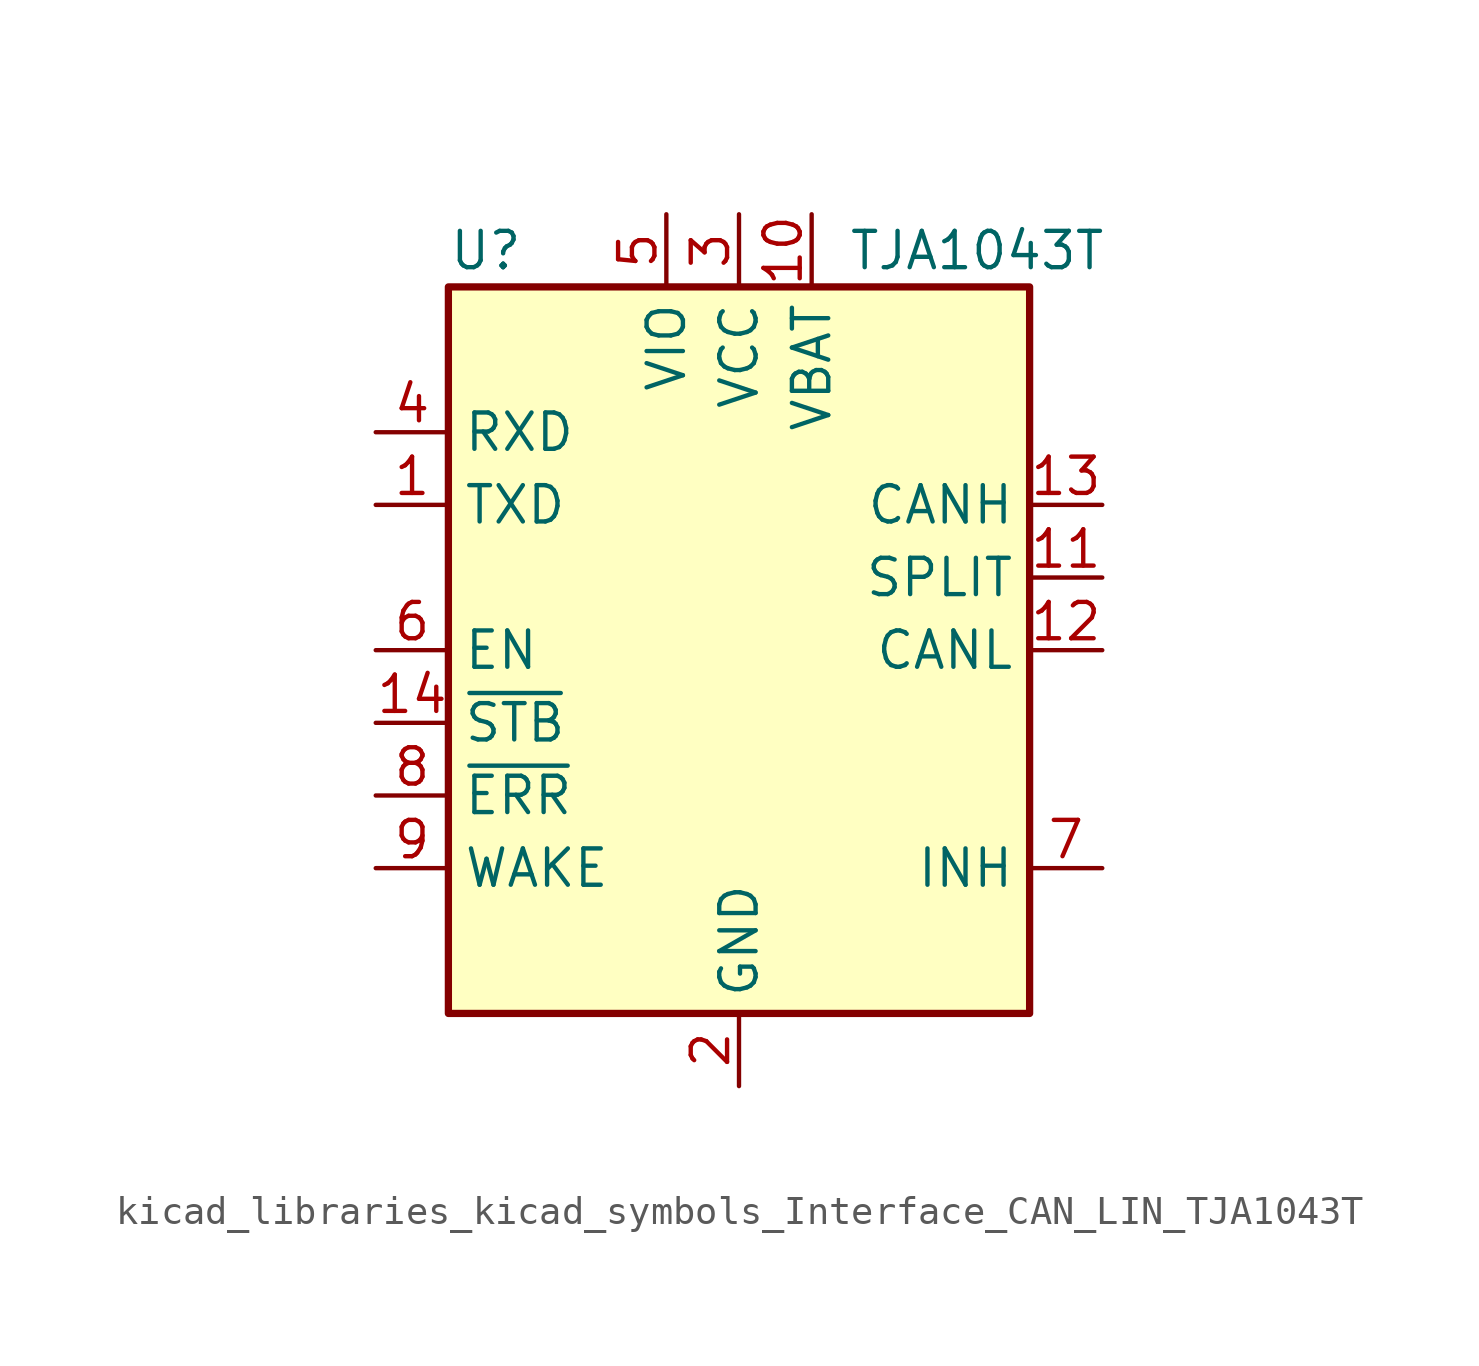
<source format=kicad_sym>
(kicad_symbol_lib
  (version 20220914)
  (generator kicad_symbol_editor)
  (symbol "kicad_libraries_kicad_symbols_Interface_CAN_LIN_TJA1043T"
    (property "Reference" "U"
      (at -10.16 13.97 0)
      (effects (font (size 1.27 1.27)) (justify left)))
    (property "Value" "TJA1043T"
      (at 3.81 13.97 0)
      (effects (font (size 1.27 1.27)) (justify left)))
    (symbol "kicad_libraries_kicad_symbols_Interface_CAN_LIN_TJA1043T_0_1"
      (rectangle (start -10.16 12.7) (end 10.16 -12.7) (stroke (width 0.254) (type default)) (fill (type background))))
    (symbol "kicad_libraries_kicad_symbols_Interface_CAN_LIN_TJA1043T_1_1"
      (pin input line (at -12.7 5.08 0) (length 2.54) (name "TXD" (effects (font (size 1.27 1.27)))) (number "1" (effects (font (size 1.27 1.27)))))
      (pin power_in line (at 2.54 15.24 270) (length 2.54) (name "VBAT" (effects (font (size 1.27 1.27)))) (number "10" (effects (font (size 1.27 1.27)))))
      (pin output line (at 12.7 2.54 180) (length 2.54) (name "SPLIT" (effects (font (size 1.27 1.27)))) (number "11" (effects (font (size 1.27 1.27)))))
      (pin bidirectional line (at 12.7 0 180) (length 2.54) (name "CANL" (effects (font (size 1.27 1.27)))) (number "12" (effects (font (size 1.27 1.27)))))
      (pin bidirectional line (at 12.7 5.08 180) (length 2.54) (name "CANH" (effects (font (size 1.27 1.27)))) (number "13" (effects (font (size 1.27 1.27)))))
      (pin input line (at -12.7 -2.54 0) (length 2.54) (name "~{STB}" (effects (font (size 1.27 1.27)))) (number "14" (effects (font (size 1.27 1.27)))))
      (pin power_in line (at 0 -15.24 90) (length 2.54) (name "GND" (effects (font (size 1.27 1.27)))) (number "2" (effects (font (size 1.27 1.27)))))
      (pin power_in line (at 0 15.24 270) (length 2.54) (name "VCC" (effects (font (size 1.27 1.27)))) (number "3" (effects (font (size 1.27 1.27)))))
      (pin output line (at -12.7 7.62 0) (length 2.54) (name "RXD" (effects (font (size 1.27 1.27)))) (number "4" (effects (font (size 1.27 1.27)))))
      (pin power_in line (at -2.54 15.24 270) (length 2.54) (name "VIO" (effects (font (size 1.27 1.27)))) (number "5" (effects (font (size 1.27 1.27)))))
      (pin input line (at -12.7 0 0) (length 2.54) (name "EN" (effects (font (size 1.27 1.27)))) (number "6" (effects (font (size 1.27 1.27)))))
      (pin open_emitter line (at 12.7 -7.62 180) (length 2.54) (name "INH" (effects (font (size 1.27 1.27)))) (number "7" (effects (font (size 1.27 1.27)))))
      (pin output line (at -12.7 -5.08 0) (length 2.54) (name "~{ERR}" (effects (font (size 1.27 1.27)))) (number "8" (effects (font (size 1.27 1.27)))))
      (pin input line (at -12.7 -7.62 0) (length 2.54) (name "WAKE" (effects (font (size 1.27 1.27)))) (number "9" (effects (font (size 1.27 1.27))))))))
</source>
